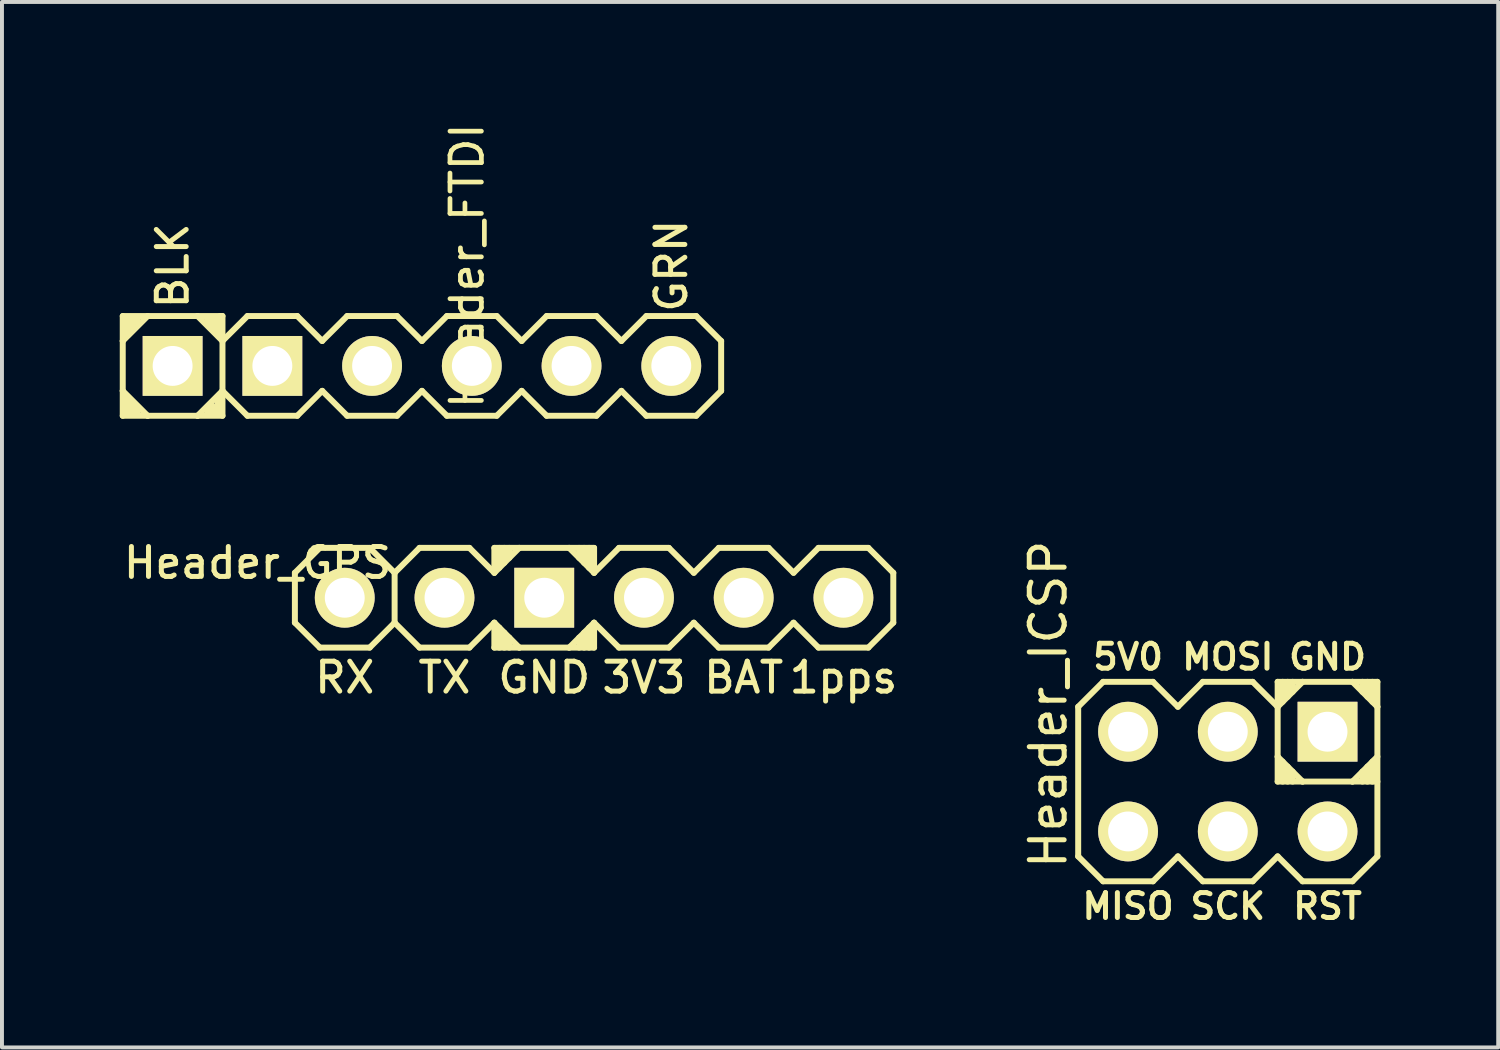
<source format=kicad_pcb>
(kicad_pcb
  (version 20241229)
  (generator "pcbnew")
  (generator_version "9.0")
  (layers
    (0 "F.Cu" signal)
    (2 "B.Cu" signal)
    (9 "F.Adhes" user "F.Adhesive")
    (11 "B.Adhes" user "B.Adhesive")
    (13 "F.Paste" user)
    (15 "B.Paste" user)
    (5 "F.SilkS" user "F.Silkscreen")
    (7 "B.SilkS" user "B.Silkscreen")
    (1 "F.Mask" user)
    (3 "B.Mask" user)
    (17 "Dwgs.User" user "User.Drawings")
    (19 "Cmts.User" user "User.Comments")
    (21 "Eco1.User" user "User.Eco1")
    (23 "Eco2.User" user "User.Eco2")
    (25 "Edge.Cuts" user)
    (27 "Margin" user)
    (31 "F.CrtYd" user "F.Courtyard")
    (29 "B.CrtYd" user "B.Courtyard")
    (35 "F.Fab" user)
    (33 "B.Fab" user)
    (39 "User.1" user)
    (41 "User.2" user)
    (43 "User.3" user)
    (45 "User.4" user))
  (footprint "Header_FTDI"
    (layer "F.Cu")
    (at 7.696 6.269)
    (property "Reference" "Header_FTDI" (at 1.15 -2.55 90) (layer "F.SilkS") (effects (font (size 0.8 0.8) (thickness 0.12))))
    (attr smd)
    (fp_line (start -7.62 -1.27) (end -6.985 -1.27) (stroke (width 0.152) (type solid)) (layer "F.SilkS"))
    (fp_line (start -7.62 -0.635) (end -7.62 -1.27) (stroke (width 0.152) (type solid)) (layer "F.SilkS"))
    (fp_line (start -7.62 -0.635) (end -7.62 0.635) (stroke (width 0.152) (type solid)) (layer "F.SilkS"))
    (fp_line (start -7.62 0.635) (end -7.62 1.27) (stroke (width 0.152) (type solid)) (layer "F.SilkS"))
    (fp_line (start -7.62 0.635) (end -6.985 1.27) (stroke (width 0.152) (type solid)) (layer "F.SilkS"))
    (fp_line (start -7.62 1.27) (end -6.985 1.27) (stroke (width 0.152) (type solid)) (layer "F.SilkS"))
    (fp_line (start -7.493 -1.206) (end -7.493 -0.826) (stroke (width 0.152) (type solid)) (layer "F.SilkS"))
    (fp_line (start -7.493 1.206) (end -7.493 0.826) (stroke (width 0.152) (type solid)) (layer "F.SilkS"))
    (fp_line (start -7.366 -1.206) (end -7.366 -0.953) (stroke (width 0.152) (type solid)) (layer "F.SilkS"))
    (fp_line (start -7.366 1.206) (end -7.366 0.953) (stroke (width 0.152) (type solid)) (layer "F.SilkS"))
    (fp_line (start -7.239 -1.206) (end -7.239 -1.079) (stroke (width 0.152) (type solid)) (layer "F.SilkS"))
    (fp_line (start -7.239 1.206) (end -7.239 1.079) (stroke (width 0.152) (type solid)) (layer "F.SilkS"))
    (fp_line (start -6.985 -1.27) (end -7.62 -0.635) (stroke (width 0.152) (type solid)) (layer "F.SilkS"))
    (fp_line (start -6.985 1.27) (end -5.715 1.27) (stroke (width 0.152) (type solid)) (layer "F.SilkS"))
    (fp_line (start -5.715 -1.27) (end -6.985 -1.27) (stroke (width 0.152) (type solid)) (layer "F.SilkS"))
    (fp_line (start -5.715 -1.27) (end -5.144 -1.27) (stroke (width 0.152) (type solid)) (layer "F.SilkS"))
    (fp_line (start -5.715 1.27) (end -5.08 0.635) (stroke (width 0.152) (type solid)) (layer "F.SilkS"))
    (fp_line (start -5.461 -1.206) (end -5.461 -1.079) (stroke (width 0.152) (type solid)) (layer "F.SilkS"))
    (fp_line (start -5.461 1.206) (end -5.461 1.079) (stroke (width 0.152) (type solid)) (layer "F.SilkS"))
    (fp_line (start -5.334 -1.206) (end -5.334 -0.953) (stroke (width 0.152) (type solid)) (layer "F.SilkS"))
    (fp_line (start -5.334 1.206) (end -5.334 1.016) (stroke (width 0.152) (type solid)) (layer "F.SilkS"))
    (fp_line (start -5.207 -1.206) (end -5.207 -0.826) (stroke (width 0.152) (type solid)) (layer "F.SilkS"))
    (fp_line (start -5.207 1.206) (end -5.207 0.826) (stroke (width 0.152) (type solid)) (layer "F.SilkS"))
    (fp_line (start -5.144 -1.27) (end -5.08 -1.27) (stroke (width 0.152) (type solid)) (layer "F.SilkS"))
    (fp_line (start -5.08 -1.27) (end -5.08 -0.699) (stroke (width 0.152) (type solid)) (layer "F.SilkS"))
    (fp_line (start -5.08 -0.635) (end -5.715 -1.27) (stroke (width 0.152) (type solid)) (layer "F.SilkS"))
    (fp_line (start -5.08 -0.635) (end -5.08 0.635) (stroke (width 0.152) (type solid)) (layer "F.SilkS"))
    (fp_line (start -5.08 0.635) (end -5.08 1.27) (stroke (width 0.152) (type solid)) (layer "F.SilkS"))
    (fp_line (start -5.08 0.635) (end -4.445 1.27) (stroke (width 0.152) (type solid)) (layer "F.SilkS"))
    (fp_line (start -5.08 1.27) (end -5.715 1.27) (stroke (width 0.152) (type solid)) (layer "F.SilkS"))
    (fp_line (start -4.445 -1.27) (end -5.08 -0.635) (stroke (width 0.152) (type solid)) (layer "F.SilkS"))
    (fp_line (start -4.445 1.27) (end -3.175 1.27) (stroke (width 0.152) (type solid)) (layer "F.SilkS"))
    (fp_line (start -3.175 -1.27) (end -4.445 -1.27) (stroke (width 0.152) (type solid)) (layer "F.SilkS"))
    (fp_line (start -3.175 1.27) (end -2.54 0.635) (stroke (width 0.152) (type solid)) (layer "F.SilkS"))
    (fp_line (start -2.54 -0.635) (end -3.175 -1.27) (stroke (width 0.152) (type solid)) (layer "F.SilkS"))
    (fp_line (start -2.54 0.635) (end -1.905 1.27) (stroke (width 0.152) (type solid)) (layer "F.SilkS"))
    (fp_line (start -1.905 -1.27) (end -2.54 -0.635) (stroke (width 0.152) (type solid)) (layer "F.SilkS"))
    (fp_line (start -1.905 1.27) (end -0.635 1.27) (stroke (width 0.152) (type solid)) (layer "F.SilkS"))
    (fp_line (start -0.635 -1.27) (end -1.905 -1.27) (stroke (width 0.152) (type solid)) (layer "F.SilkS"))
    (fp_line (start -0.635 1.27) (end 0 0.635) (stroke (width 0.152) (type solid)) (layer "F.SilkS"))
    (fp_line (start 0 -0.635) (end -0.635 -1.27) (stroke (width 0.152) (type solid)) (layer "F.SilkS"))
    (fp_line (start 0 0.635) (end 0.635 1.27) (stroke (width 0.152) (type solid)) (layer "F.SilkS"))
    (fp_line (start 0.635 -1.27) (end 0 -0.635) (stroke (width 0.152) (type solid)) (layer "F.SilkS"))
    (fp_line (start 0.635 1.27) (end 1.905 1.27) (stroke (width 0.152) (type solid)) (layer "F.SilkS"))
    (fp_line (start 1.905 -1.27) (end 0.635 -1.27) (stroke (width 0.152) (type solid)) (layer "F.SilkS"))
    (fp_line (start 1.905 1.27) (end 2.54 0.635) (stroke (width 0.152) (type solid)) (layer "F.SilkS"))
    (fp_line (start 2.54 -0.635) (end 1.905 -1.27) (stroke (width 0.152) (type solid)) (layer "F.SilkS"))
    (fp_line (start 2.54 0.635) (end 3.175 1.27) (stroke (width 0.152) (type solid)) (layer "F.SilkS"))
    (fp_line (start 3.175 -1.27) (end 2.54 -0.635) (stroke (width 0.152) (type solid)) (layer "F.SilkS"))
    (fp_line (start 3.175 1.27) (end 4.445 1.27) (stroke (width 0.152) (type solid)) (layer "F.SilkS"))
    (fp_line (start 4.445 -1.27) (end 3.175 -1.27) (stroke (width 0.152) (type solid)) (layer "F.SilkS"))
    (fp_line (start 4.445 1.27) (end 5.08 0.635) (stroke (width 0.152) (type solid)) (layer "F.SilkS"))
    (fp_line (start 5.08 -0.635) (end 4.445 -1.27) (stroke (width 0.152) (type solid)) (layer "F.SilkS"))
    (fp_line (start 5.08 0.635) (end 5.715 1.27) (stroke (width 0.152) (type solid)) (layer "F.SilkS"))
    (fp_line (start 5.715 -1.27) (end 5.08 -0.635) (stroke (width 0.152) (type solid)) (layer "F.SilkS"))
    (fp_line (start 5.715 1.27) (end 6.985 1.27) (stroke (width 0.152) (type solid)) (layer "F.SilkS"))
    (fp_line (start 6.985 -1.27) (end 5.715 -1.27) (stroke (width 0.152) (type solid)) (layer "F.SilkS"))
    (fp_line (start 6.985 1.27) (end 7.62 0.635) (stroke (width 0.152) (type solid)) (layer "F.SilkS"))
    (fp_line (start 7.62 -0.635) (end 6.985 -1.27) (stroke (width 0.152) (type solid)) (layer "F.SilkS"))
    (fp_line (start 7.62 0.635) (end 7.62 -0.635) (stroke (width 0.152) (type solid)) (layer "F.SilkS"))
    (fp_text user "BLK" (at -6.35 -2.55 90) (layer "F.SilkS") (effects (font (size 0.762 0.762) (thickness 0.127))))
    (fp_text user "GRN" (at 6.35 -2.55 90) (layer "F.SilkS") (effects (font (size 0.762 0.762) (thickness 0.127))))
    (pad "1" thru_hole rect (at -6.35 0) (size 1.524 1.524) (drill 1.016) (layers "*.Cu" "*.Mask" "F.SilkS"))
    (pad "2" thru_hole rect (at -3.81 0) (size 1.524 1.524) (drill 1.016) (layers "*.Cu" "*.Mask" "F.SilkS"))
    (pad "3" thru_hole circle (at -1.27 0) (size 1.524 1.524) (drill 1.016) (layers "*.Cu" "*.Mask" "F.SilkS"))
    (pad "4" thru_hole circle (at 1.27 0) (size 1.524 1.524) (drill 1.016) (layers "*.Cu" "*.Mask" "F.SilkS"))
    (pad "5" thru_hole circle (at 3.81 0) (size 1.524 1.524) (drill 1.016) (layers "*.Cu" "*.Mask" "F.SilkS"))
    (pad "6" thru_hole circle (at 6.35 0) (size 1.524 1.524) (drill 1.016) (layers "*.Cu" "*.Mask" "F.SilkS")))
  (footprint "Header_ICSP"
    (layer "F.Cu")
    (at 28.219 16.855)
    (property "Reference" "Header_ICSP" (at -4.572 -1.968 90) (layer "F.SilkS") (effects (font (size 0.889 0.889) (thickness 0.127))))
    (attr smd)
    (fp_line (start -3.81 -1.905) (end -3.175 -2.54) (stroke (width 0.152) (type solid)) (layer "F.SilkS"))
    (fp_line (start -3.81 1.905) (end -3.81 -1.905) (stroke (width 0.152) (type solid)) (layer "F.SilkS"))
    (fp_line (start -3.175 -2.54) (end -1.905 -2.54) (stroke (width 0.152) (type solid)) (layer "F.SilkS"))
    (fp_line (start -3.175 2.54) (end -3.81 1.905) (stroke (width 0.152) (type solid)) (layer "F.SilkS"))
    (fp_line (start -1.905 -2.54) (end -1.27 -1.905) (stroke (width 0.152) (type solid)) (layer "F.SilkS"))
    (fp_line (start -1.905 2.54) (end -3.175 2.54) (stroke (width 0.152) (type solid)) (layer "F.SilkS"))
    (fp_line (start -1.27 -1.905) (end -0.635 -2.54) (stroke (width 0.152) (type solid)) (layer "F.SilkS"))
    (fp_line (start -1.27 1.905) (end -1.905 2.54) (stroke (width 0.152) (type solid)) (layer "F.SilkS"))
    (fp_line (start -0.635 -2.54) (end 0.635 -2.54) (stroke (width 0.152) (type solid)) (layer "F.SilkS"))
    (fp_line (start -0.635 2.54) (end -1.27 1.905) (stroke (width 0.152) (type solid)) (layer "F.SilkS"))
    (fp_line (start 0.635 -2.54) (end 1.27 -1.905) (stroke (width 0.152) (type solid)) (layer "F.SilkS"))
    (fp_line (start 0.635 2.54) (end -0.635 2.54) (stroke (width 0.152) (type solid)) (layer "F.SilkS"))
    (fp_line (start 1.27 -2.54) (end 1.905 -2.54) (stroke (width 0.152) (type solid)) (layer "F.SilkS"))
    (fp_line (start 1.27 -1.905) (end 1.27 -2.54) (stroke (width 0.152) (type solid)) (layer "F.SilkS"))
    (fp_line (start 1.27 -1.905) (end 1.905 -2.54) (stroke (width 0.152) (type solid)) (layer "F.SilkS"))
    (fp_line (start 1.27 -0.635) (end 1.27 -1.905) (stroke (width 0.152) (type solid)) (layer "F.SilkS"))
    (fp_line (start 1.27 -0.635) (end 1.905 0) (stroke (width 0.152) (type solid)) (layer "F.SilkS"))
    (fp_line (start 1.27 0) (end 1.27 -0.635) (stroke (width 0.152) (type solid)) (layer "F.SilkS"))
    (fp_line (start 1.27 0) (end 1.905 0) (stroke (width 0.152) (type solid)) (layer "F.SilkS"))
    (fp_line (start 1.27 1.905) (end 0.635 2.54) (stroke (width 0.152) (type solid)) (layer "F.SilkS"))
    (fp_line (start 1.397 -2.54) (end 1.397 -2.032) (stroke (width 0.152) (type solid)) (layer "F.SilkS"))
    (fp_line (start 1.397 0) (end 1.397 -0.508) (stroke (width 0.152) (type solid)) (layer "F.SilkS"))
    (fp_line (start 1.524 -2.54) (end 1.524 -2.159) (stroke (width 0.152) (type solid)) (layer "F.SilkS"))
    (fp_line (start 1.524 0) (end 1.524 -0.381) (stroke (width 0.152) (type solid)) (layer "F.SilkS"))
    (fp_line (start 1.651 -2.54) (end 1.651 -2.286) (stroke (width 0.152) (type solid)) (layer "F.SilkS"))
    (fp_line (start 1.651 0) (end 1.651 -0.254) (stroke (width 0.152) (type solid)) (layer "F.SilkS"))
    (fp_line (start 1.905 -2.54) (end 3.175 -2.54) (stroke (width 0.152) (type solid)) (layer "F.SilkS"))
    (fp_line (start 1.905 0) (end 3.175 0) (stroke (width 0.152) (type solid)) (layer "F.SilkS"))
    (fp_line (start 1.905 2.54) (end 1.27 1.905) (stroke (width 0.152) (type solid)) (layer "F.SilkS"))
    (fp_line (start 3.175 -2.54) (end 3.81 -2.54) (stroke (width 0.152) (type solid)) (layer "F.SilkS"))
    (fp_line (start 3.175 -2.54) (end 3.81 -1.905) (stroke (width 0.152) (type solid)) (layer "F.SilkS"))
    (fp_line (start 3.175 0) (end 3.81 -0.635) (stroke (width 0.152) (type solid)) (layer "F.SilkS"))
    (fp_line (start 3.175 0) (end 3.81 0) (stroke (width 0.152) (type solid)) (layer "F.SilkS"))
    (fp_line (start 3.175 2.54) (end 1.905 2.54) (stroke (width 0.152) (type solid)) (layer "F.SilkS"))
    (fp_line (start 3.429 -2.54) (end 3.429 -2.286) (stroke (width 0.152) (type solid)) (layer "F.SilkS"))
    (fp_line (start 3.429 0) (end 3.429 -0.254) (stroke (width 0.152) (type solid)) (layer "F.SilkS"))
    (fp_line (start 3.556 -2.54) (end 3.556 -2.159) (stroke (width 0.152) (type solid)) (layer "F.SilkS"))
    (fp_line (start 3.556 0) (end 3.556 -0.381) (stroke (width 0.152) (type solid)) (layer "F.SilkS"))
    (fp_line (start 3.683 -2.54) (end 3.683 -2.032) (stroke (width 0.152) (type solid)) (layer "F.SilkS"))
    (fp_line (start 3.683 0) (end 3.683 -0.508) (stroke (width 0.152) (type solid)) (layer "F.SilkS"))
    (fp_line (start 3.81 -2.54) (end 3.81 -1.905) (stroke (width 0.152) (type solid)) (layer "F.SilkS"))
    (fp_line (start 3.81 -1.905) (end 3.81 1.905) (stroke (width 0.152) (type solid)) (layer "F.SilkS"))
    (fp_line (start 3.81 1.905) (end 3.175 2.54) (stroke (width 0.152) (type solid)) (layer "F.SilkS"))
    (fp_text user "RST" (at 2.54 3.175 0) (layer "F.SilkS") (effects (font (size 0.635 0.635) (thickness 0.127))))
    (fp_text user "GND" (at 2.54 -3.175 0) (layer "F.SilkS") (effects (font (size 0.635 0.635) (thickness 0.127))))
    (fp_text user "MISO" (at -2.54 3.175 0) (layer "F.SilkS") (effects (font (size 0.635 0.635) (thickness 0.127))))
    (fp_text user "MOSI" (at 0 -3.175 0) (layer "F.SilkS") (effects (font (size 0.635 0.635) (thickness 0.127))))
    (fp_text user "SCK" (at 0 3.175 0) (layer "F.SilkS") (effects (font (size 0.635 0.635) (thickness 0.127))))
    (fp_text user "5V0" (at -2.54 -3.175 0) (layer "F.SilkS") (effects (font (size 0.635 0.635) (thickness 0.127))))
    (pad "1" thru_hole circle (at -2.54 1.27) (size 1.524 1.524) (drill 1.016) (layers "*.Cu" "*.Mask" "F.SilkS"))
    (pad "2" thru_hole circle (at -2.54 -1.27) (size 1.524 1.524) (drill 1.016) (layers "*.Cu" "*.Mask" "F.SilkS"))
    (pad "3" thru_hole circle (at 0 1.27) (size 1.524 1.524) (drill 1.016) (layers "*.Cu" "*.Mask" "F.SilkS"))
    (pad "4" thru_hole circle (at 0 -1.27) (size 1.524 1.524) (drill 1.016) (layers "*.Cu" "*.Mask" "F.SilkS"))
    (pad "5" thru_hole circle (at 2.54 1.27) (size 1.524 1.524) (drill 1.016) (layers "*.Cu" "*.Mask" "F.SilkS"))
    (pad "6" thru_hole rect (at 2.54 -1.27) (size 1.524 1.524) (drill 1.016) (layers "*.Cu" "*.Mask" "F.SilkS")))
  (footprint "Header_GPS"
    (layer "F.Cu")
    (at 12.08 12.173)
    (property "Reference" "Header_GPS" (at -8.572 -0.889 0) (layer "F.SilkS") (effects (font (size 0.762 0.762) (thickness 0.127))))
    (attr smd)
    (fp_line (start -7.62 -0.635) (end -7.62 0.635) (stroke (width 0.152) (type solid)) (layer "F.SilkS"))
    (fp_line (start -7.62 0.635) (end -6.985 1.27) (stroke (width 0.152) (type solid)) (layer "F.SilkS"))
    (fp_line (start -6.985 -1.27) (end -7.62 -0.635) (stroke (width 0.152) (type solid)) (layer "F.SilkS"))
    (fp_line (start -6.985 1.27) (end -5.715 1.27) (stroke (width 0.152) (type solid)) (layer "F.SilkS"))
    (fp_line (start -5.715 -1.27) (end -6.985 -1.27) (stroke (width 0.152) (type solid)) (layer "F.SilkS"))
    (fp_line (start -5.715 1.27) (end -5.08 0.635) (stroke (width 0.152) (type solid)) (layer "F.SilkS"))
    (fp_line (start -5.08 -0.635) (end -5.715 -1.27) (stroke (width 0.152) (type solid)) (layer "F.SilkS"))
    (fp_line (start -5.08 -0.635) (end -5.08 0.635) (stroke (width 0.152) (type solid)) (layer "F.SilkS"))
    (fp_line (start -5.08 0.635) (end -4.445 1.27) (stroke (width 0.152) (type solid)) (layer "F.SilkS"))
    (fp_line (start -4.445 -1.27) (end -5.08 -0.635) (stroke (width 0.152) (type solid)) (layer "F.SilkS"))
    (fp_line (start -4.445 1.27) (end -3.175 1.27) (stroke (width 0.152) (type solid)) (layer "F.SilkS"))
    (fp_line (start -3.175 -1.27) (end -4.445 -1.27) (stroke (width 0.152) (type solid)) (layer "F.SilkS"))
    (fp_line (start -3.175 1.27) (end -2.54 0.635) (stroke (width 0.152) (type solid)) (layer "F.SilkS"))
    (fp_line (start -2.54 -1.27) (end -1.905 -1.27) (stroke (width 0.152) (type solid)) (layer "F.SilkS"))
    (fp_line (start -2.54 -0.635) (end -3.175 -1.27) (stroke (width 0.152) (type solid)) (layer "F.SilkS"))
    (fp_line (start -2.54 -0.635) (end -2.54 -1.27) (stroke (width 0.152) (type solid)) (layer "F.SilkS"))
    (fp_line (start -2.54 0.635) (end -2.54 1.27) (stroke (width 0.152) (type solid)) (layer "F.SilkS"))
    (fp_line (start -2.54 0.635) (end -1.905 1.27) (stroke (width 0.152) (type solid)) (layer "F.SilkS"))
    (fp_line (start -2.54 1.27) (end -1.905 1.27) (stroke (width 0.152) (type solid)) (layer "F.SilkS"))
    (fp_line (start -2.413 -1.27) (end -2.413 -0.762) (stroke (width 0.152) (type solid)) (layer "F.SilkS"))
    (fp_line (start -2.413 1.27) (end -2.413 0.762) (stroke (width 0.152) (type solid)) (layer "F.SilkS"))
    (fp_line (start -2.286 -1.27) (end -2.286 -0.889) (stroke (width 0.152) (type solid)) (layer "F.SilkS"))
    (fp_line (start -2.286 1.27) (end -2.286 0.889) (stroke (width 0.152) (type solid)) (layer "F.SilkS"))
    (fp_line (start -2.159 -1.27) (end -2.159 -1.016) (stroke (width 0.152) (type solid)) (layer "F.SilkS"))
    (fp_line (start -2.159 1.27) (end -2.159 1.016) (stroke (width 0.152) (type solid)) (layer "F.SilkS"))
    (fp_line (start -1.905 -1.27) (end -2.54 -0.635) (stroke (width 0.152) (type solid)) (layer "F.SilkS"))
    (fp_line (start -1.905 1.27) (end -0.635 1.27) (stroke (width 0.152) (type solid)) (layer "F.SilkS"))
    (fp_line (start -0.635 -1.27) (end -1.905 -1.27) (stroke (width 0.152) (type solid)) (layer "F.SilkS"))
    (fp_line (start -0.635 -1.27) (end 0 -1.27) (stroke (width 0.152) (type solid)) (layer "F.SilkS"))
    (fp_line (start -0.635 1.27) (end 0 0.635) (stroke (width 0.152) (type solid)) (layer "F.SilkS"))
    (fp_line (start -0.381 -1.27) (end -0.381 -1.016) (stroke (width 0.152) (type solid)) (layer "F.SilkS"))
    (fp_line (start -0.381 1.27) (end -0.381 1.016) (stroke (width 0.152) (type solid)) (layer "F.SilkS"))
    (fp_line (start -0.254 -1.27) (end -0.254 -0.889) (stroke (width 0.152) (type solid)) (layer "F.SilkS"))
    (fp_line (start -0.254 1.27) (end -0.254 0.889) (stroke (width 0.152) (type solid)) (layer "F.SilkS"))
    (fp_line (start -0.127 -1.27) (end -0.127 -0.762) (stroke (width 0.152) (type solid)) (layer "F.SilkS"))
    (fp_line (start -0.127 1.27) (end -0.127 0.762) (stroke (width 0.152) (type solid)) (layer "F.SilkS"))
    (fp_line (start 0 -1.27) (end 0 -0.635) (stroke (width 0.152) (type solid)) (layer "F.SilkS"))
    (fp_line (start 0 -0.635) (end -0.635 -1.27) (stroke (width 0.152) (type solid)) (layer "F.SilkS"))
    (fp_line (start 0 0.635) (end 0 1.27) (stroke (width 0.152) (type solid)) (layer "F.SilkS"))
    (fp_line (start 0 0.635) (end 0.635 1.27) (stroke (width 0.152) (type solid)) (layer "F.SilkS"))
    (fp_line (start 0 1.27) (end -0.635 1.27) (stroke (width 0.152) (type solid)) (layer "F.SilkS"))
    (fp_line (start 0.635 -1.27) (end 0 -0.635) (stroke (width 0.152) (type solid)) (layer "F.SilkS"))
    (fp_line (start 0.635 1.27) (end 1.905 1.27) (stroke (width 0.152) (type solid)) (layer "F.SilkS"))
    (fp_line (start 1.905 -1.27) (end 0.635 -1.27) (stroke (width 0.152) (type solid)) (layer "F.SilkS"))
    (fp_line (start 1.905 1.27) (end 2.54 0.635) (stroke (width 0.152) (type solid)) (layer "F.SilkS"))
    (fp_line (start 2.54 -0.635) (end 1.905 -1.27) (stroke (width 0.152) (type solid)) (layer "F.SilkS"))
    (fp_line (start 2.54 0.635) (end 3.175 1.27) (stroke (width 0.152) (type solid)) (layer "F.SilkS"))
    (fp_line (start 3.175 -1.27) (end 2.54 -0.635) (stroke (width 0.152) (type solid)) (layer "F.SilkS"))
    (fp_line (start 3.175 1.27) (end 4.445 1.27) (stroke (width 0.152) (type solid)) (layer "F.SilkS"))
    (fp_line (start 4.445 -1.27) (end 3.175 -1.27) (stroke (width 0.152) (type solid)) (layer "F.SilkS"))
    (fp_line (start 4.445 1.27) (end 5.08 0.635) (stroke (width 0.152) (type solid)) (layer "F.SilkS"))
    (fp_line (start 5.08 -0.635) (end 4.445 -1.27) (stroke (width 0.152) (type solid)) (layer "F.SilkS"))
    (fp_line (start 5.08 0.635) (end 5.715 1.27) (stroke (width 0.152) (type solid)) (layer "F.SilkS"))
    (fp_line (start 5.715 -1.27) (end 5.08 -0.635) (stroke (width 0.152) (type solid)) (layer "F.SilkS"))
    (fp_line (start 5.715 1.27) (end 6.985 1.27) (stroke (width 0.152) (type solid)) (layer "F.SilkS"))
    (fp_line (start 6.985 -1.27) (end 5.715 -1.27) (stroke (width 0.152) (type solid)) (layer "F.SilkS"))
    (fp_line (start 6.985 1.27) (end 7.62 0.635) (stroke (width 0.152) (type solid)) (layer "F.SilkS"))
    (fp_line (start 7.62 -0.635) (end 6.985 -1.27) (stroke (width 0.152) (type solid)) (layer "F.SilkS"))
    (fp_line (start 7.62 0.635) (end 7.62 -0.635) (stroke (width 0.152) (type solid)) (layer "F.SilkS"))
    (fp_text user "3V3" (at 1.27 2.032 0) (layer "F.SilkS") (effects (font (size 0.762 0.762) (thickness 0.127))))
    (fp_text user "TX" (at -3.81 2.032 0) (layer "F.SilkS") (effects (font (size 0.762 0.762) (thickness 0.127))))
    (fp_text user "BAT" (at 3.81 2.032 0) (layer "F.SilkS") (effects (font (size 0.762 0.762) (thickness 0.127))))
    (fp_text user "RX" (at -6.35 2.032 0) (layer "F.SilkS") (effects (font (size 0.762 0.762) (thickness 0.127))))
    (fp_text user "1pps" (at 6.35 2.032 0) (layer "F.SilkS") (effects (font (size 0.762 0.762) (thickness 0.127))))
    (fp_text user "GND" (at -1.27 2.032 0) (layer "F.SilkS") (effects (font (size 0.762 0.762) (thickness 0.127))))
    (pad "1" thru_hole circle (at -6.35 0) (size 1.524 1.524) (drill 1.016) (layers "*.Cu" "*.Mask" "F.SilkS"))
    (pad "2" thru_hole circle (at -3.81 0) (size 1.524 1.524) (drill 1.016) (layers "*.Cu" "*.Mask" "F.SilkS"))
    (pad "3" thru_hole rect (at -1.27 0) (size 1.524 1.524) (drill 1.016) (layers "*.Cu" "*.Mask" "F.SilkS"))
    (pad "4" thru_hole circle (at 1.27 0) (size 1.524 1.524) (drill 1.016) (layers "*.Cu" "*.Mask" "F.SilkS"))
    (pad "5" thru_hole circle (at 3.81 0) (size 1.524 1.524) (drill 1.016) (layers "*.Cu" "*.Mask" "F.SilkS"))
    (pad "6" thru_hole circle (at 6.35 0) (size 1.524 1.524) (drill 1.016) (layers "*.Cu" "*.Mask" "F.SilkS")))
  (gr_rect
    (start -3 -3)
    (end 35.106 23.625)
    (stroke (width 0.1) (type default))
    (fill no)
    (layer "Edge.Cuts")))
</source>
